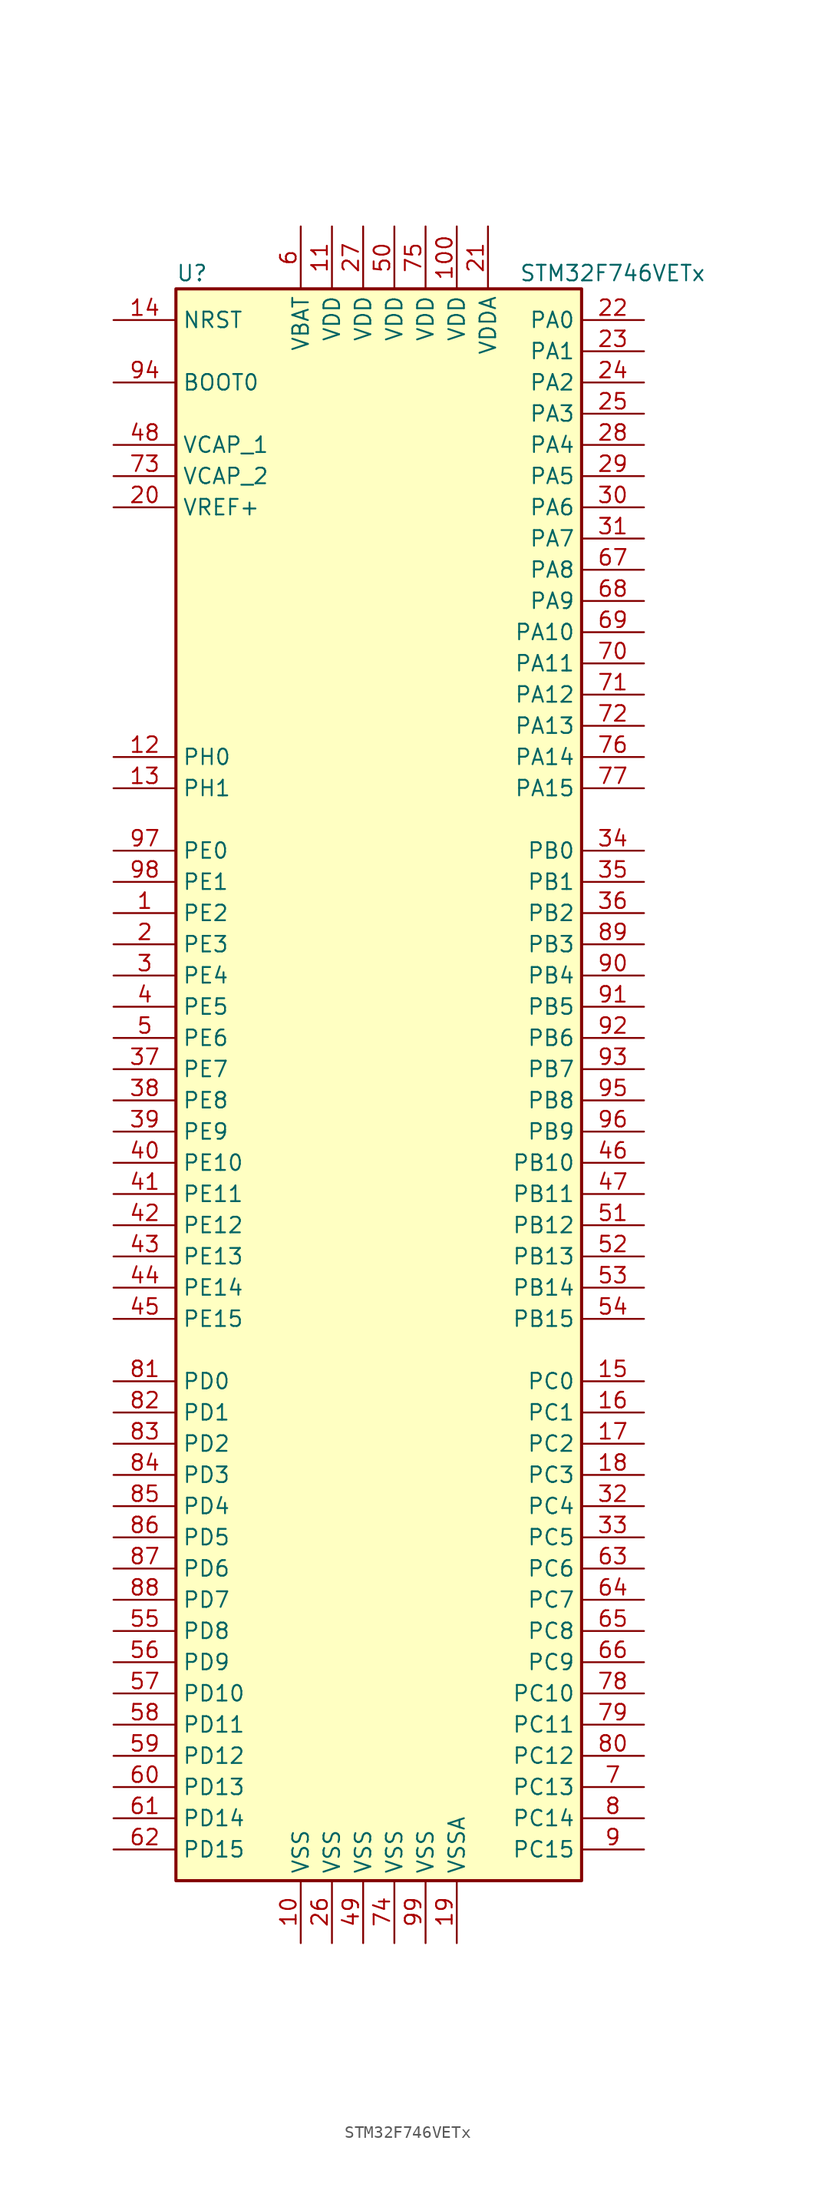
<source format=kicad_sym>
(kicad_symbol_lib
  (version 20220914)
  (generator kicad_symbol_editor)
  (symbol "STM32F746VETx"
    (property "Reference" "U"
      (at -17.78 64.77 0)
      (effects (font (size 1.27 1.27)) (justify left)))
    (property "Value" "STM32F746VETx"
      (at 10.16 64.77 0)
      (effects (font (size 1.27 1.27)) (justify left)))
    (symbol "STM32F746VETx_0_1"
      (rectangle (start -17.78 -66.04) (end 15.24 63.5) (stroke (width 0.254) (type default)) (fill (type background))))
    (symbol "STM32F746VETx_1_1"
      (pin bidirectional line (at -22.86 12.7 0) (length 5.08) (name "PE2" (effects (font (size 1.27 1.27)))) (number "1" (effects (font (size 1.27 1.27)))))
      (pin power_in line (at -7.62 -71.12 90) (length 5.08) (name "VSS" (effects (font (size 1.27 1.27)))) (number "10" (effects (font (size 1.27 1.27)))))
      (pin power_in line (at 5.08 68.58 270) (length 5.08) (name "VDD" (effects (font (size 1.27 1.27)))) (number "100" (effects (font (size 1.27 1.27)))))
      (pin power_in line (at -5.08 68.58 270) (length 5.08) (name "VDD" (effects (font (size 1.27 1.27)))) (number "11" (effects (font (size 1.27 1.27)))))
      (pin input line (at -22.86 25.4 0) (length 5.08) (name "PH0" (effects (font (size 1.27 1.27)))) (number "12" (effects (font (size 1.27 1.27)))))
      (pin input line (at -22.86 22.86 0) (length 5.08) (name "PH1" (effects (font (size 1.27 1.27)))) (number "13" (effects (font (size 1.27 1.27)))))
      (pin input line (at -22.86 60.96 0) (length 5.08) (name "NRST" (effects (font (size 1.27 1.27)))) (number "14" (effects (font (size 1.27 1.27)))))
      (pin bidirectional line (at 20.32 -25.4 180) (length 5.08) (name "PC0" (effects (font (size 1.27 1.27)))) (number "15" (effects (font (size 1.27 1.27)))))
      (pin bidirectional line (at 20.32 -27.94 180) (length 5.08) (name "PC1" (effects (font (size 1.27 1.27)))) (number "16" (effects (font (size 1.27 1.27)))))
      (pin bidirectional line (at 20.32 -30.48 180) (length 5.08) (name "PC2" (effects (font (size 1.27 1.27)))) (number "17" (effects (font (size 1.27 1.27)))))
      (pin bidirectional line (at 20.32 -33.02 180) (length 5.08) (name "PC3" (effects (font (size 1.27 1.27)))) (number "18" (effects (font (size 1.27 1.27)))))
      (pin power_in line (at 5.08 -71.12 90) (length 5.08) (name "VSSA" (effects (font (size 1.27 1.27)))) (number "19" (effects (font (size 1.27 1.27)))))
      (pin bidirectional line (at -22.86 10.16 0) (length 5.08) (name "PE3" (effects (font (size 1.27 1.27)))) (number "2" (effects (font (size 1.27 1.27)))))
      (pin power_in line (at -22.86 45.72 0) (length 5.08) (name "VREF+" (effects (font (size 1.27 1.27)))) (number "20" (effects (font (size 1.27 1.27)))))
      (pin power_in line (at 7.62 68.58 270) (length 5.08) (name "VDDA" (effects (font (size 1.27 1.27)))) (number "21" (effects (font (size 1.27 1.27)))))
      (pin bidirectional line (at 20.32 60.96 180) (length 5.08) (name "PA0" (effects (font (size 1.27 1.27)))) (number "22" (effects (font (size 1.27 1.27)))))
      (pin bidirectional line (at 20.32 58.42 180) (length 5.08) (name "PA1" (effects (font (size 1.27 1.27)))) (number "23" (effects (font (size 1.27 1.27)))))
      (pin bidirectional line (at 20.32 55.88 180) (length 5.08) (name "PA2" (effects (font (size 1.27 1.27)))) (number "24" (effects (font (size 1.27 1.27)))))
      (pin bidirectional line (at 20.32 53.34 180) (length 5.08) (name "PA3" (effects (font (size 1.27 1.27)))) (number "25" (effects (font (size 1.27 1.27)))))
      (pin power_in line (at -5.08 -71.12 90) (length 5.08) (name "VSS" (effects (font (size 1.27 1.27)))) (number "26" (effects (font (size 1.27 1.27)))))
      (pin power_in line (at -2.54 68.58 270) (length 5.08) (name "VDD" (effects (font (size 1.27 1.27)))) (number "27" (effects (font (size 1.27 1.27)))))
      (pin bidirectional line (at 20.32 50.8 180) (length 5.08) (name "PA4" (effects (font (size 1.27 1.27)))) (number "28" (effects (font (size 1.27 1.27)))))
      (pin bidirectional line (at 20.32 48.26 180) (length 5.08) (name "PA5" (effects (font (size 1.27 1.27)))) (number "29" (effects (font (size 1.27 1.27)))))
      (pin bidirectional line (at -22.86 7.62 0) (length 5.08) (name "PE4" (effects (font (size 1.27 1.27)))) (number "3" (effects (font (size 1.27 1.27)))))
      (pin bidirectional line (at 20.32 45.72 180) (length 5.08) (name "PA6" (effects (font (size 1.27 1.27)))) (number "30" (effects (font (size 1.27 1.27)))))
      (pin bidirectional line (at 20.32 43.18 180) (length 5.08) (name "PA7" (effects (font (size 1.27 1.27)))) (number "31" (effects (font (size 1.27 1.27)))))
      (pin bidirectional line (at 20.32 -35.56 180) (length 5.08) (name "PC4" (effects (font (size 1.27 1.27)))) (number "32" (effects (font (size 1.27 1.27)))))
      (pin bidirectional line (at 20.32 -38.1 180) (length 5.08) (name "PC5" (effects (font (size 1.27 1.27)))) (number "33" (effects (font (size 1.27 1.27)))))
      (pin bidirectional line (at 20.32 17.78 180) (length 5.08) (name "PB0" (effects (font (size 1.27 1.27)))) (number "34" (effects (font (size 1.27 1.27)))))
      (pin bidirectional line (at 20.32 15.24 180) (length 5.08) (name "PB1" (effects (font (size 1.27 1.27)))) (number "35" (effects (font (size 1.27 1.27)))))
      (pin bidirectional line (at 20.32 12.7 180) (length 5.08) (name "PB2" (effects (font (size 1.27 1.27)))) (number "36" (effects (font (size 1.27 1.27)))))
      (pin bidirectional line (at -22.86 0 0) (length 5.08) (name "PE7" (effects (font (size 1.27 1.27)))) (number "37" (effects (font (size 1.27 1.27)))))
      (pin bidirectional line (at -22.86 -2.54 0) (length 5.08) (name "PE8" (effects (font (size 1.27 1.27)))) (number "38" (effects (font (size 1.27 1.27)))))
      (pin bidirectional line (at -22.86 -5.08 0) (length 5.08) (name "PE9" (effects (font (size 1.27 1.27)))) (number "39" (effects (font (size 1.27 1.27)))))
      (pin bidirectional line (at -22.86 5.08 0) (length 5.08) (name "PE5" (effects (font (size 1.27 1.27)))) (number "4" (effects (font (size 1.27 1.27)))))
      (pin bidirectional line (at -22.86 -7.62 0) (length 5.08) (name "PE10" (effects (font (size 1.27 1.27)))) (number "40" (effects (font (size 1.27 1.27)))))
      (pin bidirectional line (at -22.86 -10.16 0) (length 5.08) (name "PE11" (effects (font (size 1.27 1.27)))) (number "41" (effects (font (size 1.27 1.27)))))
      (pin bidirectional line (at -22.86 -12.7 0) (length 5.08) (name "PE12" (effects (font (size 1.27 1.27)))) (number "42" (effects (font (size 1.27 1.27)))))
      (pin bidirectional line (at -22.86 -15.24 0) (length 5.08) (name "PE13" (effects (font (size 1.27 1.27)))) (number "43" (effects (font (size 1.27 1.27)))))
      (pin bidirectional line (at -22.86 -17.78 0) (length 5.08) (name "PE14" (effects (font (size 1.27 1.27)))) (number "44" (effects (font (size 1.27 1.27)))))
      (pin bidirectional line (at -22.86 -20.32 0) (length 5.08) (name "PE15" (effects (font (size 1.27 1.27)))) (number "45" (effects (font (size 1.27 1.27)))))
      (pin bidirectional line (at 20.32 -7.62 180) (length 5.08) (name "PB10" (effects (font (size 1.27 1.27)))) (number "46" (effects (font (size 1.27 1.27)))))
      (pin bidirectional line (at 20.32 -10.16 180) (length 5.08) (name "PB11" (effects (font (size 1.27 1.27)))) (number "47" (effects (font (size 1.27 1.27)))))
      (pin power_in line (at -22.86 50.8 0) (length 5.08) (name "VCAP_1" (effects (font (size 1.27 1.27)))) (number "48" (effects (font (size 1.27 1.27)))))
      (pin power_in line (at -2.54 -71.12 90) (length 5.08) (name "VSS" (effects (font (size 1.27 1.27)))) (number "49" (effects (font (size 1.27 1.27)))))
      (pin bidirectional line (at -22.86 2.54 0) (length 5.08) (name "PE6" (effects (font (size 1.27 1.27)))) (number "5" (effects (font (size 1.27 1.27)))))
      (pin power_in line (at 0 68.58 270) (length 5.08) (name "VDD" (effects (font (size 1.27 1.27)))) (number "50" (effects (font (size 1.27 1.27)))))
      (pin bidirectional line (at 20.32 -12.7 180) (length 5.08) (name "PB12" (effects (font (size 1.27 1.27)))) (number "51" (effects (font (size 1.27 1.27)))))
      (pin bidirectional line (at 20.32 -15.24 180) (length 5.08) (name "PB13" (effects (font (size 1.27 1.27)))) (number "52" (effects (font (size 1.27 1.27)))))
      (pin bidirectional line (at 20.32 -17.78 180) (length 5.08) (name "PB14" (effects (font (size 1.27 1.27)))) (number "53" (effects (font (size 1.27 1.27)))))
      (pin bidirectional line (at 20.32 -20.32 180) (length 5.08) (name "PB15" (effects (font (size 1.27 1.27)))) (number "54" (effects (font (size 1.27 1.27)))))
      (pin bidirectional line (at -22.86 -45.72 0) (length 5.08) (name "PD8" (effects (font (size 1.27 1.27)))) (number "55" (effects (font (size 1.27 1.27)))))
      (pin bidirectional line (at -22.86 -48.26 0) (length 5.08) (name "PD9" (effects (font (size 1.27 1.27)))) (number "56" (effects (font (size 1.27 1.27)))))
      (pin bidirectional line (at -22.86 -50.8 0) (length 5.08) (name "PD10" (effects (font (size 1.27 1.27)))) (number "57" (effects (font (size 1.27 1.27)))))
      (pin bidirectional line (at -22.86 -53.34 0) (length 5.08) (name "PD11" (effects (font (size 1.27 1.27)))) (number "58" (effects (font (size 1.27 1.27)))))
      (pin bidirectional line (at -22.86 -55.88 0) (length 5.08) (name "PD12" (effects (font (size 1.27 1.27)))) (number "59" (effects (font (size 1.27 1.27)))))
      (pin power_in line (at -7.62 68.58 270) (length 5.08) (name "VBAT" (effects (font (size 1.27 1.27)))) (number "6" (effects (font (size 1.27 1.27)))))
      (pin bidirectional line (at -22.86 -58.42 0) (length 5.08) (name "PD13" (effects (font (size 1.27 1.27)))) (number "60" (effects (font (size 1.27 1.27)))))
      (pin bidirectional line (at -22.86 -60.96 0) (length 5.08) (name "PD14" (effects (font (size 1.27 1.27)))) (number "61" (effects (font (size 1.27 1.27)))))
      (pin bidirectional line (at -22.86 -63.5 0) (length 5.08) (name "PD15" (effects (font (size 1.27 1.27)))) (number "62" (effects (font (size 1.27 1.27)))))
      (pin bidirectional line (at 20.32 -40.64 180) (length 5.08) (name "PC6" (effects (font (size 1.27 1.27)))) (number "63" (effects (font (size 1.27 1.27)))))
      (pin bidirectional line (at 20.32 -43.18 180) (length 5.08) (name "PC7" (effects (font (size 1.27 1.27)))) (number "64" (effects (font (size 1.27 1.27)))))
      (pin bidirectional line (at 20.32 -45.72 180) (length 5.08) (name "PC8" (effects (font (size 1.27 1.27)))) (number "65" (effects (font (size 1.27 1.27)))))
      (pin bidirectional line (at 20.32 -48.26 180) (length 5.08) (name "PC9" (effects (font (size 1.27 1.27)))) (number "66" (effects (font (size 1.27 1.27)))))
      (pin bidirectional line (at 20.32 40.64 180) (length 5.08) (name "PA8" (effects (font (size 1.27 1.27)))) (number "67" (effects (font (size 1.27 1.27)))))
      (pin bidirectional line (at 20.32 38.1 180) (length 5.08) (name "PA9" (effects (font (size 1.27 1.27)))) (number "68" (effects (font (size 1.27 1.27)))))
      (pin bidirectional line (at 20.32 35.56 180) (length 5.08) (name "PA10" (effects (font (size 1.27 1.27)))) (number "69" (effects (font (size 1.27 1.27)))))
      (pin bidirectional line (at 20.32 -58.42 180) (length 5.08) (name "PC13" (effects (font (size 1.27 1.27)))) (number "7" (effects (font (size 1.27 1.27)))))
      (pin bidirectional line (at 20.32 33.02 180) (length 5.08) (name "PA11" (effects (font (size 1.27 1.27)))) (number "70" (effects (font (size 1.27 1.27)))))
      (pin bidirectional line (at 20.32 30.48 180) (length 5.08) (name "PA12" (effects (font (size 1.27 1.27)))) (number "71" (effects (font (size 1.27 1.27)))))
      (pin bidirectional line (at 20.32 27.94 180) (length 5.08) (name "PA13" (effects (font (size 1.27 1.27)))) (number "72" (effects (font (size 1.27 1.27)))))
      (pin power_in line (at -22.86 48.26 0) (length 5.08) (name "VCAP_2" (effects (font (size 1.27 1.27)))) (number "73" (effects (font (size 1.27 1.27)))))
      (pin power_in line (at 0 -71.12 90) (length 5.08) (name "VSS" (effects (font (size 1.27 1.27)))) (number "74" (effects (font (size 1.27 1.27)))))
      (pin power_in line (at 2.54 68.58 270) (length 5.08) (name "VDD" (effects (font (size 1.27 1.27)))) (number "75" (effects (font (size 1.27 1.27)))))
      (pin bidirectional line (at 20.32 25.4 180) (length 5.08) (name "PA14" (effects (font (size 1.27 1.27)))) (number "76" (effects (font (size 1.27 1.27)))))
      (pin bidirectional line (at 20.32 22.86 180) (length 5.08) (name "PA15" (effects (font (size 1.27 1.27)))) (number "77" (effects (font (size 1.27 1.27)))))
      (pin bidirectional line (at 20.32 -50.8 180) (length 5.08) (name "PC10" (effects (font (size 1.27 1.27)))) (number "78" (effects (font (size 1.27 1.27)))))
      (pin bidirectional line (at 20.32 -53.34 180) (length 5.08) (name "PC11" (effects (font (size 1.27 1.27)))) (number "79" (effects (font (size 1.27 1.27)))))
      (pin bidirectional line (at 20.32 -60.96 180) (length 5.08) (name "PC14" (effects (font (size 1.27 1.27)))) (number "8" (effects (font (size 1.27 1.27)))))
      (pin bidirectional line (at 20.32 -55.88 180) (length 5.08) (name "PC12" (effects (font (size 1.27 1.27)))) (number "80" (effects (font (size 1.27 1.27)))))
      (pin bidirectional line (at -22.86 -25.4 0) (length 5.08) (name "PD0" (effects (font (size 1.27 1.27)))) (number "81" (effects (font (size 1.27 1.27)))))
      (pin bidirectional line (at -22.86 -27.94 0) (length 5.08) (name "PD1" (effects (font (size 1.27 1.27)))) (number "82" (effects (font (size 1.27 1.27)))))
      (pin bidirectional line (at -22.86 -30.48 0) (length 5.08) (name "PD2" (effects (font (size 1.27 1.27)))) (number "83" (effects (font (size 1.27 1.27)))))
      (pin bidirectional line (at -22.86 -33.02 0) (length 5.08) (name "PD3" (effects (font (size 1.27 1.27)))) (number "84" (effects (font (size 1.27 1.27)))))
      (pin bidirectional line (at -22.86 -35.56 0) (length 5.08) (name "PD4" (effects (font (size 1.27 1.27)))) (number "85" (effects (font (size 1.27 1.27)))))
      (pin bidirectional line (at -22.86 -38.1 0) (length 5.08) (name "PD5" (effects (font (size 1.27 1.27)))) (number "86" (effects (font (size 1.27 1.27)))))
      (pin bidirectional line (at -22.86 -40.64 0) (length 5.08) (name "PD6" (effects (font (size 1.27 1.27)))) (number "87" (effects (font (size 1.27 1.27)))))
      (pin bidirectional line (at -22.86 -43.18 0) (length 5.08) (name "PD7" (effects (font (size 1.27 1.27)))) (number "88" (effects (font (size 1.27 1.27)))))
      (pin bidirectional line (at 20.32 10.16 180) (length 5.08) (name "PB3" (effects (font (size 1.27 1.27)))) (number "89" (effects (font (size 1.27 1.27)))))
      (pin bidirectional line (at 20.32 -63.5 180) (length 5.08) (name "PC15" (effects (font (size 1.27 1.27)))) (number "9" (effects (font (size 1.27 1.27)))))
      (pin bidirectional line (at 20.32 7.62 180) (length 5.08) (name "PB4" (effects (font (size 1.27 1.27)))) (number "90" (effects (font (size 1.27 1.27)))))
      (pin bidirectional line (at 20.32 5.08 180) (length 5.08) (name "PB5" (effects (font (size 1.27 1.27)))) (number "91" (effects (font (size 1.27 1.27)))))
      (pin bidirectional line (at 20.32 2.54 180) (length 5.08) (name "PB6" (effects (font (size 1.27 1.27)))) (number "92" (effects (font (size 1.27 1.27)))))
      (pin bidirectional line (at 20.32 0 180) (length 5.08) (name "PB7" (effects (font (size 1.27 1.27)))) (number "93" (effects (font (size 1.27 1.27)))))
      (pin input line (at -22.86 55.88 0) (length 5.08) (name "BOOT0" (effects (font (size 1.27 1.27)))) (number "94" (effects (font (size 1.27 1.27)))))
      (pin bidirectional line (at 20.32 -2.54 180) (length 5.08) (name "PB8" (effects (font (size 1.27 1.27)))) (number "95" (effects (font (size 1.27 1.27)))))
      (pin bidirectional line (at 20.32 -5.08 180) (length 5.08) (name "PB9" (effects (font (size 1.27 1.27)))) (number "96" (effects (font (size 1.27 1.27)))))
      (pin bidirectional line (at -22.86 17.78 0) (length 5.08) (name "PE0" (effects (font (size 1.27 1.27)))) (number "97" (effects (font (size 1.27 1.27)))))
      (pin bidirectional line (at -22.86 15.24 0) (length 5.08) (name "PE1" (effects (font (size 1.27 1.27)))) (number "98" (effects (font (size 1.27 1.27)))))
      (pin power_in line (at 2.54 -71.12 90) (length 5.08) (name "VSS" (effects (font (size 1.27 1.27)))) (number "99" (effects (font (size 1.27 1.27))))))))
</source>
